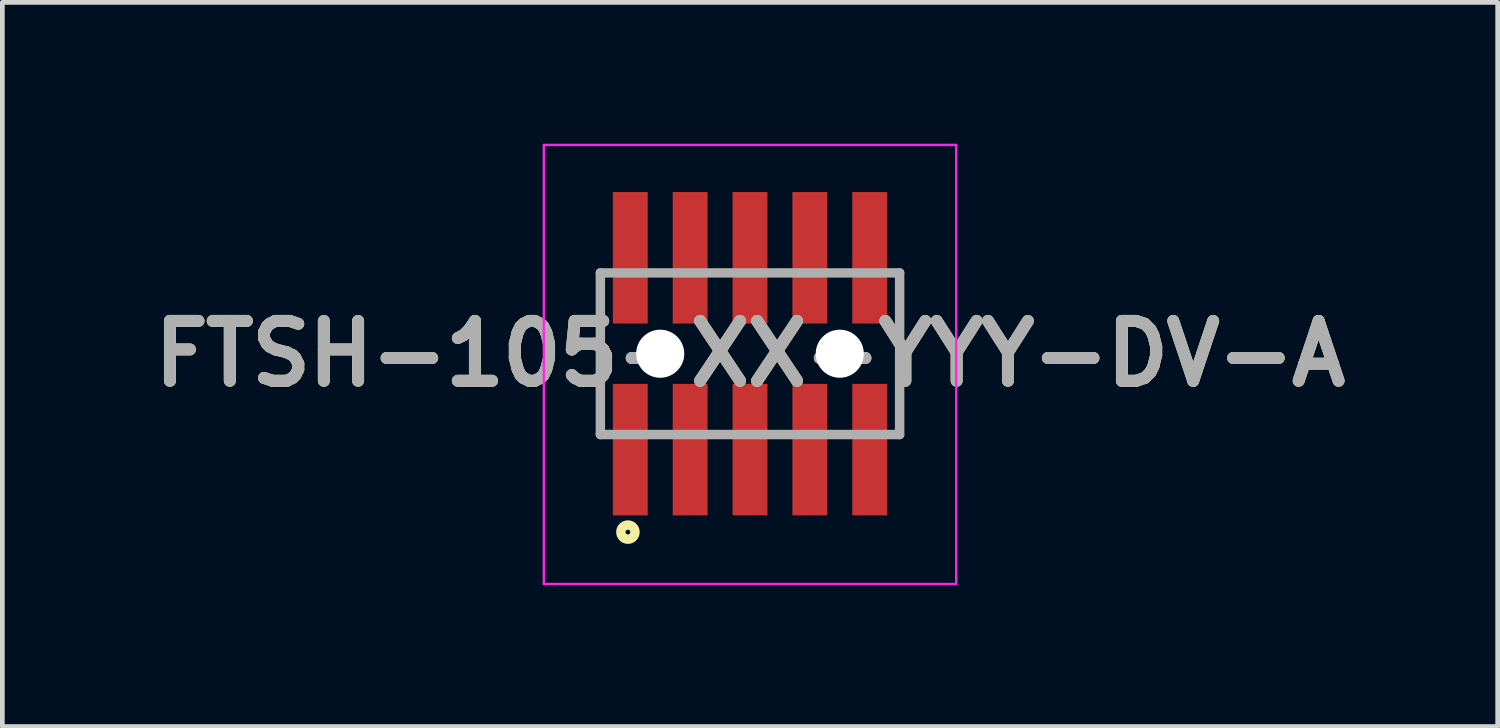
<source format=kicad_pcb>
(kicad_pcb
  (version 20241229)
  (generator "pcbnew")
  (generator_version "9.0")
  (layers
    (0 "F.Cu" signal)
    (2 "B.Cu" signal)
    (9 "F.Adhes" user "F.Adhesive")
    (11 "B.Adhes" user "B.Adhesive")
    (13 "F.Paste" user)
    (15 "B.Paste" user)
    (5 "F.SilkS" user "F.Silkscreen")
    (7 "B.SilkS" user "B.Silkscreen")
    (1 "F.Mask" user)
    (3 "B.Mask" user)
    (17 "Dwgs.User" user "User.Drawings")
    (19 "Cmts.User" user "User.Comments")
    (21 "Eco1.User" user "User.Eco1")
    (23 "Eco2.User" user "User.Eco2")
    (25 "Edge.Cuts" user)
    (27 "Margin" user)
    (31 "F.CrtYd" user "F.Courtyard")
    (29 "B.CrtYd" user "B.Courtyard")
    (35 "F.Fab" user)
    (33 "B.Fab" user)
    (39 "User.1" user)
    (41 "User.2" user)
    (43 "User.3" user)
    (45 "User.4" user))
  (footprint "FTSH-105-XX-YYY-DV-A"
    (layer "F.Cu")
    (at 12.863 4.455)
    (property "Reference" "FTSH-105-XX-YYY-DV-A" (at 0 0 0) (layer "F.SilkS") (effects (font (size 1.27 1.27) (thickness 0.254))))
    (attr through_hole)
    (fp_line (start -3.175 1.715) (end -3.175 -1.715) (stroke (width 0.1) (type solid)) (layer "F.SilkS"))
    (fp_line (start 3.175 -1.715) (end 3.175 1.715) (stroke (width 0.1) (type solid)) (layer "F.SilkS"))
    (fp_circle (center -2.59 3.785) (end -2.59 3.835) (stroke (width 0.2) (type solid)) (fill no) (layer "F.SilkS"))
    (fp_line (start -4.375 -4.43) (end 4.375 -4.43) (stroke (width 0.05) (type solid)) (layer "F.CrtYd"))
    (fp_line (start -4.375 4.885) (end -4.375 -4.43) (stroke (width 0.05) (type solid)) (layer "F.CrtYd"))
    (fp_line (start 4.375 -4.43) (end 4.375 4.885) (stroke (width 0.05) (type solid)) (layer "F.CrtYd"))
    (fp_line (start 4.375 4.885) (end -4.375 4.885) (stroke (width 0.05) (type solid)) (layer "F.CrtYd"))
    (fp_line (start -3.175 -1.715) (end 3.175 -1.715) (stroke (width 0.2) (type solid)) (layer "F.Fab"))
    (fp_line (start -3.175 1.715) (end -3.175 -1.715) (stroke (width 0.2) (type solid)) (layer "F.Fab"))
    (fp_line (start 3.175 -1.715) (end 3.175 1.715) (stroke (width 0.2) (type solid)) (layer "F.Fab"))
    (fp_line (start 3.175 1.715) (end -3.175 1.715) (stroke (width 0.2) (type solid)) (layer "F.Fab"))
    (fp_text user "${REFERENCE}" (at 0 0 0) (layer "F.Fab") (effects (font (size 1.27 1.27) (thickness 0.254))))
    (pad "" np_thru_hole circle (at -1.905 0) (size 1.02 1.02) (drill 1.02) (layers "*.Cu" "*.Mask"))
    (pad "" np_thru_hole circle (at 1.905 0) (size 1.02 1.02) (drill 1.02) (layers "*.Cu" "*.Mask"))
    (pad "1" smd rect (at -2.54 2.035) (size 0.74 2.79) (layers "F.Cu" "F.Mask" "F.Paste"))
    (pad "2" smd rect (at -2.54 -2.035) (size 0.74 2.79) (layers "F.Cu" "F.Mask" "F.Paste"))
    (pad "3" smd rect (at -1.27 2.035) (size 0.74 2.79) (layers "F.Cu" "F.Mask" "F.Paste"))
    (pad "4" smd rect (at -1.27 -2.035) (size 0.74 2.79) (layers "F.Cu" "F.Mask" "F.Paste"))
    (pad "5" smd rect (at 0 2.035) (size 0.74 2.79) (layers "F.Cu" "F.Mask" "F.Paste"))
    (pad "6" smd rect (at 0 -2.035) (size 0.74 2.79) (layers "F.Cu" "F.Mask" "F.Paste"))
    (pad "7" smd rect (at 1.27 2.035) (size 0.74 2.79) (layers "F.Cu" "F.Mask" "F.Paste"))
    (pad "8" smd rect (at 1.27 -2.035) (size 0.74 2.79) (layers "F.Cu" "F.Mask" "F.Paste"))
    (pad "9" smd rect (at 2.54 2.035) (size 0.74 2.79) (layers "F.Cu" "F.Mask" "F.Paste"))
    (pad "10" smd rect (at 2.54 -2.035) (size 0.74 2.79) (layers "F.Cu" "F.Mask" "F.Paste")))
  (gr_rect
    (start -3 -3)
    (end 28.727 12.365)
    (stroke (width 0.1) (type default))
    (fill no)
    (layer "Edge.Cuts")))
</source>
